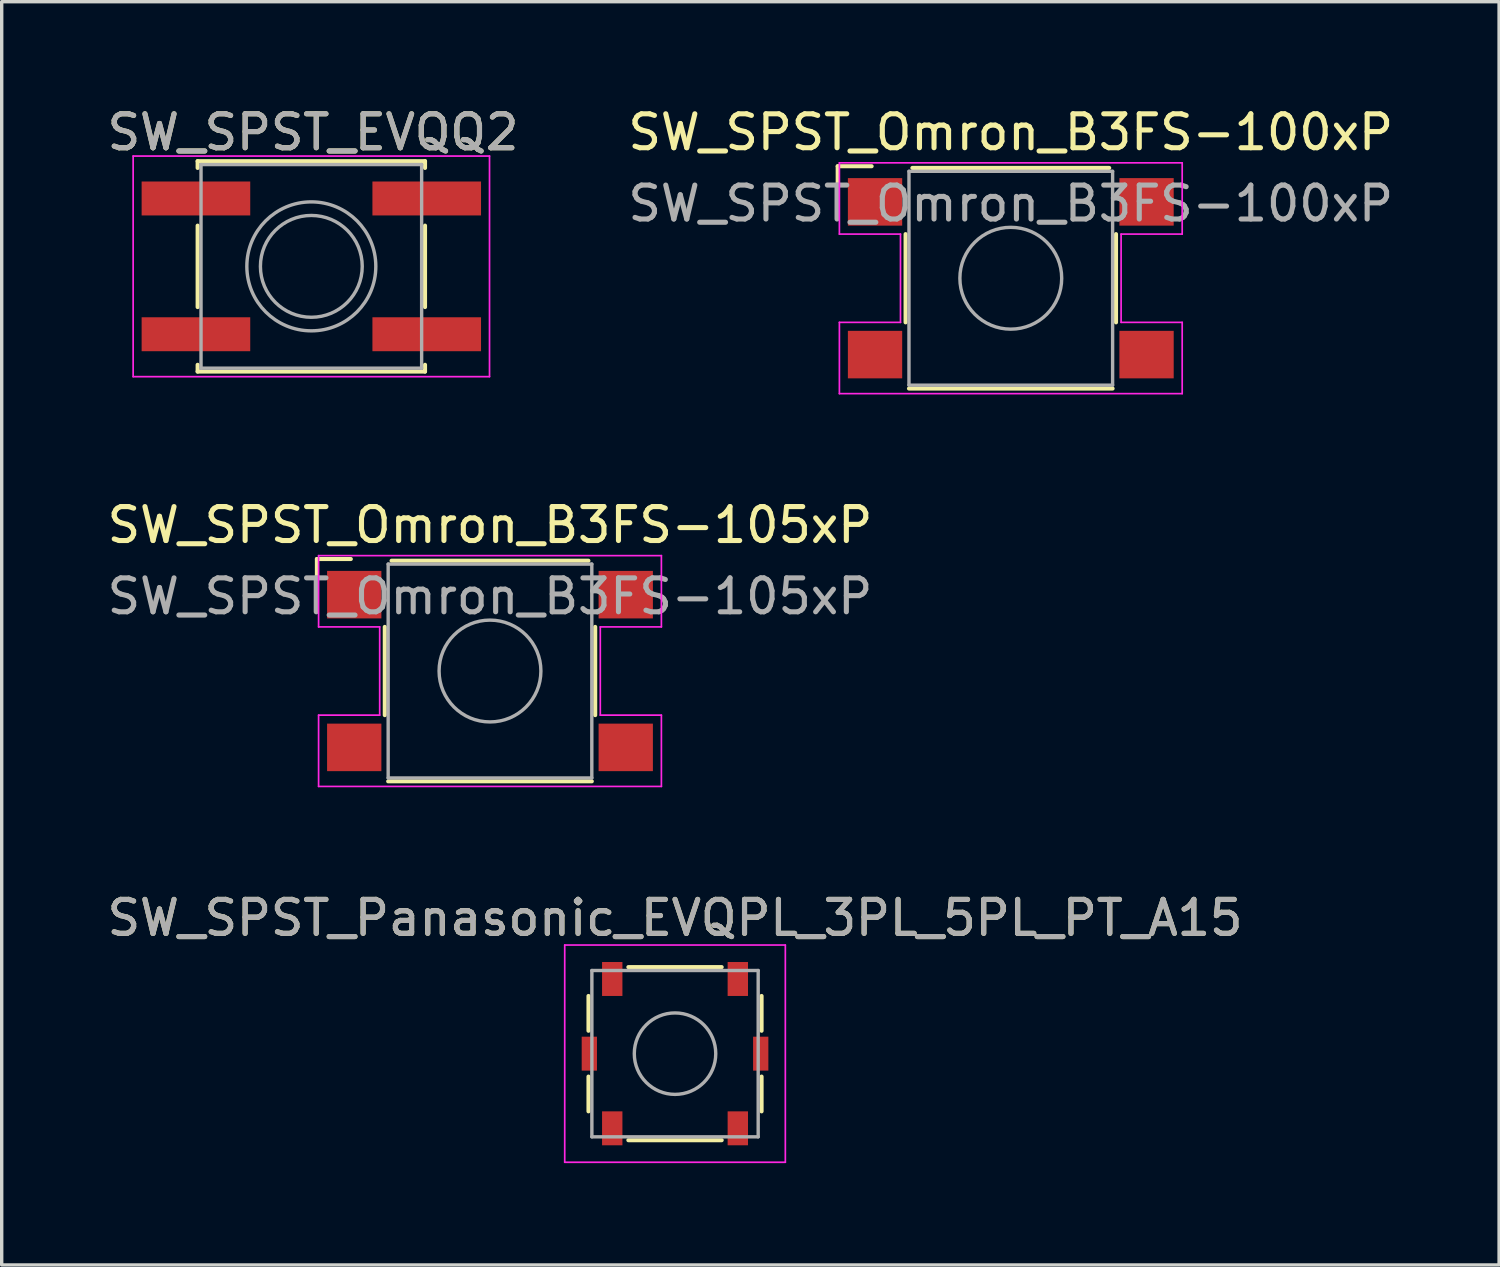
<source format=kicad_pcb>
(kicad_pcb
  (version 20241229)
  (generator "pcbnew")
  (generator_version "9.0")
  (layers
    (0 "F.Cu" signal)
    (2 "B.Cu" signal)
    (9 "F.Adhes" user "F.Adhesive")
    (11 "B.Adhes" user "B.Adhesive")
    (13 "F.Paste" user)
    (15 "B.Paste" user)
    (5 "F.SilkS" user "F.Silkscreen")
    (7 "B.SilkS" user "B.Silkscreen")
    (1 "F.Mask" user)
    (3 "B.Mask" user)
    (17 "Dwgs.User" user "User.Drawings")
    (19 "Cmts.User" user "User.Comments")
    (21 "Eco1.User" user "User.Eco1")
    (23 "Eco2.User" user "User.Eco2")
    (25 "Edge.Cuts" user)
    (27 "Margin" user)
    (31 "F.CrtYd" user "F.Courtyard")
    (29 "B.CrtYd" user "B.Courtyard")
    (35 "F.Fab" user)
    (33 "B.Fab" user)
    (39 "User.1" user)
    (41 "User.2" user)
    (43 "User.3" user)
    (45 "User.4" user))
  (footprint "SW_SPST_Omron_B3FS-100xP"
    (layer "F.Cu")
    (at 26.732 5.148)
    (property "Reference" "SW_SPST_Omron_B3FS-100xP" (at 0 -4.3 0) (layer "F.SilkS") (effects (font (size 1 1) (thickness 0.15))))
    (attr smd)
    (fp_line (start -5.1 -3.3) (end -4.1 -3.3) (stroke (width 0.12) (type solid)) (layer "F.SilkS"))
    (fp_line (start -5.1 -2.3) (end -5.1 -3.3) (stroke (width 0.12) (type solid)) (layer "F.SilkS"))
    (fp_line (start -3.1 -1.3) (end -3.1 1.3) (stroke (width 0.12) (type solid)) (layer "F.SilkS"))
    (fp_line (start 2.9 -3.25) (end -2.9 -3.25) (stroke (width 0.12) (type solid)) (layer "F.SilkS"))
    (fp_line (start 3 3.25) (end -3 3.25) (stroke (width 0.12) (type solid)) (layer "F.SilkS"))
    (fp_line (start 3.1 -1.3) (end 3.1 1.3) (stroke (width 0.12) (type solid)) (layer "F.SilkS"))
    (fp_line (start -5.05 -3.4) (end 5.05 -3.4) (stroke (width 0.05) (type solid)) (layer "F.CrtYd"))
    (fp_line (start -5.05 -1.3) (end -5.05 -3.4) (stroke (width 0.05) (type solid)) (layer "F.CrtYd"))
    (fp_line (start -5.05 1.3) (end -3.25 1.3) (stroke (width 0.05) (type solid)) (layer "F.CrtYd"))
    (fp_line (start -5.05 3.4) (end -5.05 1.3) (stroke (width 0.05) (type solid)) (layer "F.CrtYd"))
    (fp_line (start -3.25 -1.3) (end -5.05 -1.3) (stroke (width 0.05) (type solid)) (layer "F.CrtYd"))
    (fp_line (start -3.25 1.3) (end -3.25 -1.3) (stroke (width 0.05) (type solid)) (layer "F.CrtYd"))
    (fp_line (start 3.25 -1.3) (end 3.25 1.3) (stroke (width 0.05) (type solid)) (layer "F.CrtYd"))
    (fp_line (start 3.25 1.3) (end 5.05 1.3) (stroke (width 0.05) (type solid)) (layer "F.CrtYd"))
    (fp_line (start 5.05 -3.4) (end 5.05 -1.3) (stroke (width 0.05) (type solid)) (layer "F.CrtYd"))
    (fp_line (start 5.05 -1.3) (end 3.25 -1.3) (stroke (width 0.05) (type solid)) (layer "F.CrtYd"))
    (fp_line (start 5.05 1.3) (end 5.05 3.4) (stroke (width 0.05) (type solid)) (layer "F.CrtYd"))
    (fp_line (start 5.05 3.4) (end -5.05 3.4) (stroke (width 0.05) (type solid)) (layer "F.CrtYd"))
    (fp_line (start -3 -3.15) (end 3 -3.15) (stroke (width 0.1) (type solid)) (layer "F.Fab"))
    (fp_line (start -3 3.15) (end -3 -3.15) (stroke (width 0.1) (type solid)) (layer "F.Fab"))
    (fp_line (start 3 -3.15) (end 3 3.15) (stroke (width 0.1) (type solid)) (layer "F.Fab"))
    (fp_line (start 3 3.15) (end -3 3.15) (stroke (width 0.1) (type solid)) (layer "F.Fab"))
    (fp_circle (center 0 0) (end 1.5 0) (stroke (width 0.1) (type solid)) (fill no) (layer "F.Fab"))
    (fp_text user "${REFERENCE}" (at 0 -2.2 0) (layer "F.Fab") (effects (font (size 1 1) (thickness 0.15))))
    (pad "1" smd rect (at -4 -2.25 180) (size 1.6 1.4) (layers "F.Cu" "F.Mask" "F.Paste"))
    (pad "1" smd rect (at 4 -2.25 180) (size 1.6 1.4) (layers "F.Cu" "F.Mask" "F.Paste"))
    (pad "2" smd rect (at -4 2.25 180) (size 1.6 1.4) (layers "F.Cu" "F.Mask" "F.Paste"))
    (pad "2" smd rect (at 4 2.25 180) (size 1.6 1.4) (layers "F.Cu" "F.Mask" "F.Paste")))
  (footprint "SW_SPST_Panasonic_EVQPL_3PL_5PL_PT_A15"
    (layer "F.Cu")
    (at 16.839 27.995)
    (property "Reference" "SW_SPST_Panasonic_EVQPL_3PL_5PL_PT_A15" (at 0 -4 0) (layer "F.SilkS") (effects (font (size 1 1) (thickness 0.15))))
    (attr smd)
    (fp_line (start -2.55 -1.7) (end -2.55 -0.675) (stroke (width 0.12) (type solid)) (layer "F.SilkS"))
    (fp_line (start -2.55 0.675) (end -2.55 1.7) (stroke (width 0.12) (type solid)) (layer "F.SilkS"))
    (fp_line (start -1.375 -2.55) (end 1.375 -2.55) (stroke (width 0.12) (type solid)) (layer "F.SilkS"))
    (fp_line (start -1.375 2.55) (end 1.375 2.55) (stroke (width 0.12) (type solid)) (layer "F.SilkS"))
    (fp_line (start 2.55 -1.7) (end 2.55 -0.675) (stroke (width 0.12) (type solid)) (layer "F.SilkS"))
    (fp_line (start 2.55 0.675) (end 2.55 1.7) (stroke (width 0.12) (type solid)) (layer "F.SilkS"))
    (fp_line (start -3.25 -3.2) (end 3.25 -3.2) (stroke (width 0.05) (type solid)) (layer "F.CrtYd"))
    (fp_line (start -3.25 3.2) (end -3.25 -3.2) (stroke (width 0.05) (type solid)) (layer "F.CrtYd"))
    (fp_line (start -3.25 3.2) (end 3.25 3.2) (stroke (width 0.05) (type solid)) (layer "F.CrtYd"))
    (fp_line (start 3.25 3.2) (end 3.25 -3.2) (stroke (width 0.05) (type solid)) (layer "F.CrtYd"))
    (fp_line (start -2.45 -2.45) (end -2.45 2.45) (stroke (width 0.1) (type solid)) (layer "F.Fab"))
    (fp_line (start -2.45 -2.45) (end 2.45 -2.45) (stroke (width 0.1) (type solid)) (layer "F.Fab"))
    (fp_line (start 2.45 -2.45) (end 2.45 2.45) (stroke (width 0.1) (type solid)) (layer "F.Fab"))
    (fp_line (start 2.45 2.45) (end -2.45 2.45) (stroke (width 0.1) (type solid)) (layer "F.Fab"))
    (fp_circle (center 0 0) (end 1.2 0) (stroke (width 0.1) (type solid)) (fill no) (layer "F.Fab"))
    (fp_text user "${REFERENCE}" (at 0 -4 0) (layer "F.Fab") (effects (font (size 1 1) (thickness 0.15))))
    (pad "0" smd rect (at -2.525 0) (size 0.45 1) (layers "F.Cu" "F.Mask" "F.Paste"))
    (pad "0" smd rect (at 2.525 0) (size 0.45 1) (layers "F.Cu" "F.Mask" "F.Paste"))
    (pad "1" smd rect (at -1.85 -2.2) (size 0.6 1) (layers "F.Cu" "F.Mask" "F.Paste"))
    (pad "1" smd rect (at -1.85 2.2) (size 0.6 1) (layers "F.Cu" "F.Mask" "F.Paste"))
    (pad "2" smd rect (at 1.85 -2.2) (size 0.6 1) (layers "F.Cu" "F.Mask" "F.Paste"))
    (pad "2" smd rect (at 1.85 2.2) (size 0.6 1) (layers "F.Cu" "F.Mask" "F.Paste")))
  (footprint "SW_SPST_Omron_B3FS-105xP"
    (layer "F.Cu")
    (at 11.387 16.721)
    (property "Reference" "SW_SPST_Omron_B3FS-105xP" (at 0 -4.3 0) (layer "F.SilkS") (effects (font (size 1 1) (thickness 0.15))))
    (attr smd)
    (fp_line (start -5.1 -3.3) (end -4.1 -3.3) (stroke (width 0.12) (type solid)) (layer "F.SilkS"))
    (fp_line (start -5.1 -2.3) (end -5.1 -3.3) (stroke (width 0.12) (type solid)) (layer "F.SilkS"))
    (fp_line (start -3.1 -1.3) (end -3.1 1.3) (stroke (width 0.12) (type solid)) (layer "F.SilkS"))
    (fp_line (start 2.9 -3.25) (end -2.9 -3.25) (stroke (width 0.12) (type solid)) (layer "F.SilkS"))
    (fp_line (start 3 3.25) (end -3 3.25) (stroke (width 0.12) (type solid)) (layer "F.SilkS"))
    (fp_line (start 3.1 -1.3) (end 3.1 1.3) (stroke (width 0.12) (type solid)) (layer "F.SilkS"))
    (fp_line (start -5.05 -3.4) (end 5.05 -3.4) (stroke (width 0.05) (type solid)) (layer "F.CrtYd"))
    (fp_line (start -5.05 -1.3) (end -5.05 -3.4) (stroke (width 0.05) (type solid)) (layer "F.CrtYd"))
    (fp_line (start -5.05 1.3) (end -3.25 1.3) (stroke (width 0.05) (type solid)) (layer "F.CrtYd"))
    (fp_line (start -5.05 3.4) (end -5.05 1.3) (stroke (width 0.05) (type solid)) (layer "F.CrtYd"))
    (fp_line (start -3.25 -1.3) (end -5.05 -1.3) (stroke (width 0.05) (type solid)) (layer "F.CrtYd"))
    (fp_line (start -3.25 1.3) (end -3.25 -1.3) (stroke (width 0.05) (type solid)) (layer "F.CrtYd"))
    (fp_line (start 3.25 -1.3) (end 3.25 1.3) (stroke (width 0.05) (type solid)) (layer "F.CrtYd"))
    (fp_line (start 3.25 1.3) (end 5.05 1.3) (stroke (width 0.05) (type solid)) (layer "F.CrtYd"))
    (fp_line (start 5.05 -3.4) (end 5.05 -1.3) (stroke (width 0.05) (type solid)) (layer "F.CrtYd"))
    (fp_line (start 5.05 -1.3) (end 3.25 -1.3) (stroke (width 0.05) (type solid)) (layer "F.CrtYd"))
    (fp_line (start 5.05 1.3) (end 5.05 3.4) (stroke (width 0.05) (type solid)) (layer "F.CrtYd"))
    (fp_line (start 5.05 3.4) (end -5.05 3.4) (stroke (width 0.05) (type solid)) (layer "F.CrtYd"))
    (fp_line (start -3 -3.15) (end 3 -3.15) (stroke (width 0.1) (type solid)) (layer "F.Fab"))
    (fp_line (start -3 3.15) (end -3 -3.15) (stroke (width 0.1) (type solid)) (layer "F.Fab"))
    (fp_line (start 3 -3.15) (end 3 3.15) (stroke (width 0.1) (type solid)) (layer "F.Fab"))
    (fp_line (start 3 3.15) (end -3 3.15) (stroke (width 0.1) (type solid)) (layer "F.Fab"))
    (fp_circle (center 0 0) (end 1.5 0) (stroke (width 0.1) (type solid)) (fill no) (layer "F.Fab"))
    (fp_text user "${REFERENCE}" (at 0 -2.2 0) (layer "F.Fab") (effects (font (size 1 1) (thickness 0.15))))
    (pad "1" smd rect (at -4 -2.25 180) (size 1.6 1.4) (layers "F.Cu" "F.Mask" "F.Paste"))
    (pad "1" smd rect (at 4 -2.25 180) (size 1.6 1.4) (layers "F.Cu" "F.Mask" "F.Paste"))
    (pad "2" smd rect (at -4 2.25 180) (size 1.6 1.4) (layers "F.Cu" "F.Mask" "F.Paste"))
    (pad "2" smd rect (at 4 2.25 180) (size 1.6 1.4) (layers "F.Cu" "F.Mask" "F.Paste")))
  (footprint "SW_SPST_EVQQ2"
    (layer "F.Cu")
    (at 6.123 4.798)
    (property "Reference" "SW_SPST_EVQQ2" (at 0.05 -3.95 0) (layer "F.SilkS") (effects (font (size 1 1) (thickness 0.15))))
    (attr smd)
    (fp_line (start -3.35 -3.1) (end -3.35 -2.9) (stroke (width 0.12) (type solid)) (layer "F.SilkS"))
    (fp_line (start -3.35 -1.2) (end -3.35 1.2) (stroke (width 0.12) (type solid)) (layer "F.SilkS"))
    (fp_line (start -3.35 3.1) (end -3.35 2.9) (stroke (width 0.12) (type solid)) (layer "F.SilkS"))
    (fp_line (start -3.35 3.1) (end 3.35 3.1) (stroke (width 0.12) (type solid)) (layer "F.SilkS"))
    (fp_line (start 3.35 -3.1) (end -3.35 -3.1) (stroke (width 0.12) (type solid)) (layer "F.SilkS"))
    (fp_line (start 3.35 -3.1) (end 3.35 -2.9) (stroke (width 0.12) (type solid)) (layer "F.SilkS"))
    (fp_line (start 3.35 -1.2) (end 3.35 1.2) (stroke (width 0.12) (type solid)) (layer "F.SilkS"))
    (fp_line (start 3.35 3.1) (end 3.35 2.9) (stroke (width 0.12) (type solid)) (layer "F.SilkS"))
    (fp_line (start -5.25 -3.25) (end 5.25 -3.25) (stroke (width 0.05) (type solid)) (layer "F.CrtYd"))
    (fp_line (start -5.25 3.25) (end -5.25 -3.25) (stroke (width 0.05) (type solid)) (layer "F.CrtYd"))
    (fp_line (start 5.25 -3.25) (end 5.25 3.25) (stroke (width 0.05) (type solid)) (layer "F.CrtYd"))
    (fp_line (start 5.25 3.25) (end -5.25 3.25) (stroke (width 0.05) (type solid)) (layer "F.CrtYd"))
    (fp_line (start -3.25 -3) (end 3.25 -3) (stroke (width 0.1) (type solid)) (layer "F.Fab"))
    (fp_line (start -3.25 3) (end -3.25 -3) (stroke (width 0.1) (type solid)) (layer "F.Fab"))
    (fp_line (start 3.25 -3) (end 3.25 3) (stroke (width 0.1) (type solid)) (layer "F.Fab"))
    (fp_line (start 3.25 3) (end -3.25 3) (stroke (width 0.1) (type solid)) (layer "F.Fab"))
    (fp_circle (center 0 0) (end 1.5 0) (stroke (width 0.1) (type solid)) (fill no) (layer "F.Fab"))
    (fp_circle (center 0 0) (end 1.9 0) (stroke (width 0.1) (type solid)) (fill no) (layer "F.Fab"))
    (fp_text user "${REFERENCE}" (at 0.05 -3.95 0) (layer "F.Fab") (effects (font (size 1 1) (thickness 0.15))))
    (pad "1" smd rect (at -3.4 -2) (size 3.2 1) (layers "F.Cu" "F.Mask" "F.Paste"))
    (pad "1" smd rect (at 3.4 -2) (size 3.2 1) (layers "F.Cu" "F.Mask" "F.Paste"))
    (pad "2" smd rect (at -3.4 2) (size 3.2 1) (layers "F.Cu" "F.Mask" "F.Paste"))
    (pad "2" smd rect (at 3.4 2) (size 3.2 1) (layers "F.Cu" "F.Mask" "F.Paste")))
  (gr_rect
    (start -3 -3)
    (end 41.119 34.22)
    (stroke (width 0.1) (type default))
    (fill no)
    (layer "Edge.Cuts")))
</source>
